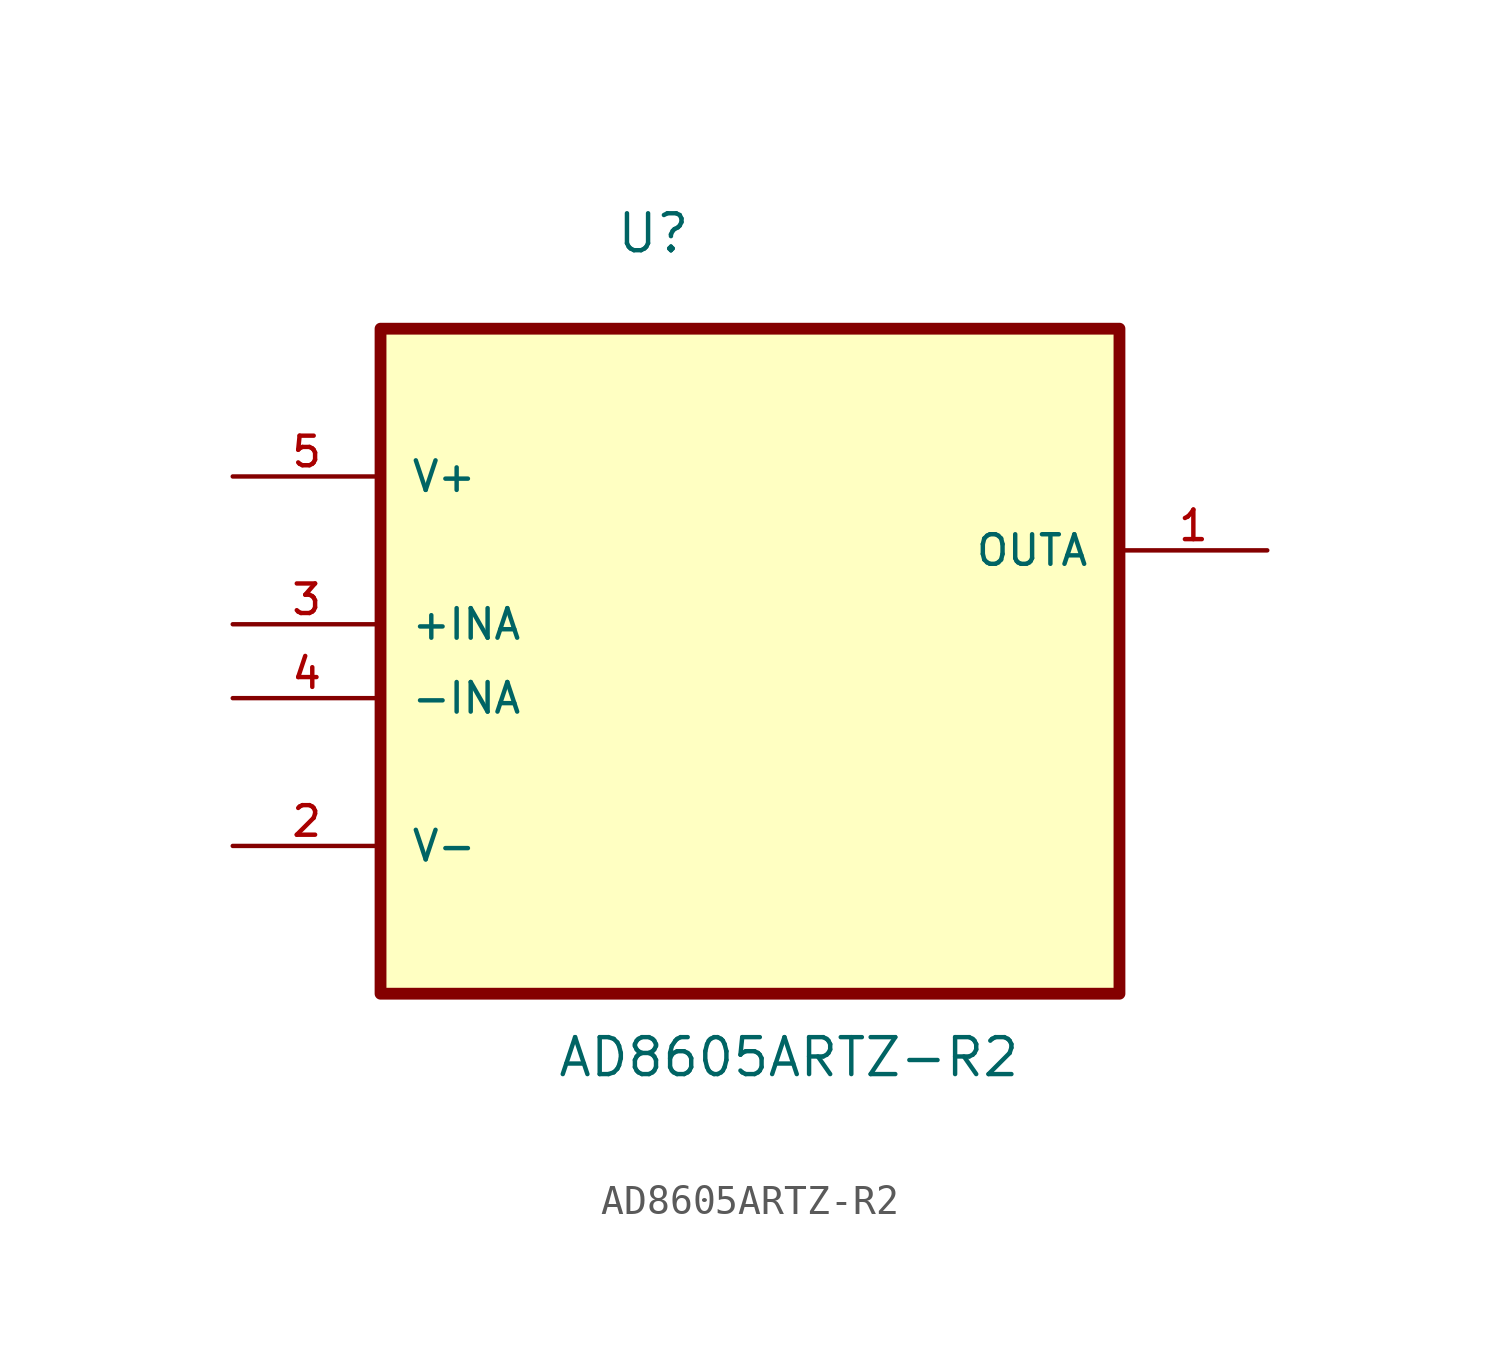
<source format=kicad_sym>
(kicad_symbol_lib
  (version 20211014)
  (generator kicad_symbol_editor)
  (symbol "AD8605ARTZ-R2"
    (pin_names
      (offset 1.016))
    (property "Reference" "U"
      (at -4.632 10.154 0.0)
      (effects (font (size 1.27 1.27)) (justify bottom left)))
    (property "Value" "AD8605ARTZ-R2"
      (at -6.657 -18.166 0.0)
      (effects (font (size 1.27 1.27)) (justify bottom left)))
    (symbol "AD8605ARTZ-R2_0_0"
      (rectangle (start -12.7 -15.24) (end 12.7 7.62) (stroke (width 0.406)) (fill (type background)))
      (pin power_in line (at -17.78 2.54 0) (length 5.08) (name "V+" (effects (font (size 1.016 1.016)))) (number "5" (effects (font (size 1.016 1.016)))))
      (pin passive line (at -17.78 -2.54 0) (length 5.08) (name "+INA" (effects (font (size 1.016 1.016)))) (number "3" (effects (font (size 1.016 1.016)))))
      (pin passive line (at -17.78 -5.08 0) (length 5.08) (name "-INA" (effects (font (size 1.016 1.016)))) (number "4" (effects (font (size 1.016 1.016)))))
      (pin power_in line (at -17.78 -10.16 0) (length 5.08) (name "V-" (effects (font (size 1.016 1.016)))) (number "2" (effects (font (size 1.016 1.016)))))
      (pin passive line (at 17.78 0.0 180.0) (length 5.08) (name "OUTA" (effects (font (size 1.016 1.016)))) (number "1" (effects (font (size 1.016 1.016))))))))
</source>
